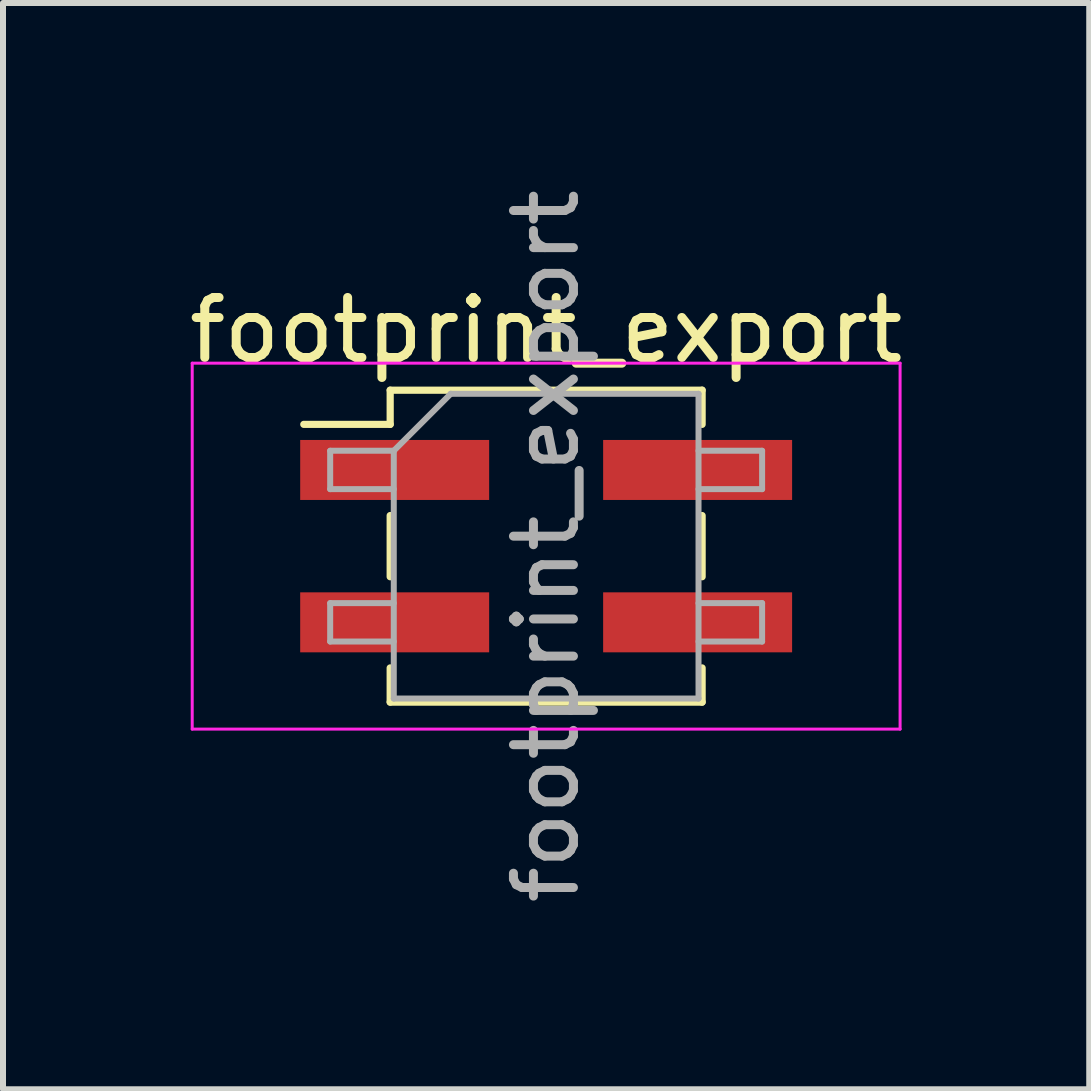
<source format=kicad_pcb>
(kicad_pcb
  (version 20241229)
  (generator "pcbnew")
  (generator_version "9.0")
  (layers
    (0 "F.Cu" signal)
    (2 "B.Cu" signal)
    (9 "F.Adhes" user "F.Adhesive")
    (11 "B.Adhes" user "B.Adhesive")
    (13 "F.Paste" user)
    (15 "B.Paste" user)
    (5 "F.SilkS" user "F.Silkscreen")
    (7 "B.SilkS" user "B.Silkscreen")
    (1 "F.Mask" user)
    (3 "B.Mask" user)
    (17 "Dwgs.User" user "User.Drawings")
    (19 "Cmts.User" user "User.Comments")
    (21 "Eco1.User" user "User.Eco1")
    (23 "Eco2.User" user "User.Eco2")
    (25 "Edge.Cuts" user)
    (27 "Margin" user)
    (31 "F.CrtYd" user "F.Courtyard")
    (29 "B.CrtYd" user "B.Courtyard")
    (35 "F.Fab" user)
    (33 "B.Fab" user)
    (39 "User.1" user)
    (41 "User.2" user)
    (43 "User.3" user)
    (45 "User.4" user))
  (footprint "footprint_export"
    (layer "F.Cu")
    (at 6.054 6.054)
    (property "Reference" "footprint_export" (at 0 -3.6 0) (layer "F.SilkS") (effects (font (size 1 1) (thickness 0.15))))
    (attr smd)
    (fp_line (start -4.04 -2.03) (end -2.6 -2.03) (stroke (width 0.12) (type solid)) (layer "F.SilkS"))
    (fp_line (start -2.6 -2.6) (end -2.6 -2.03) (stroke (width 0.12) (type solid)) (layer "F.SilkS"))
    (fp_line (start -2.6 -2.6) (end 2.6 -2.6) (stroke (width 0.12) (type solid)) (layer "F.SilkS"))
    (fp_line (start -2.6 -0.51) (end -2.6 0.51) (stroke (width 0.12) (type solid)) (layer "F.SilkS"))
    (fp_line (start -2.6 2.03) (end -2.6 2.6) (stroke (width 0.12) (type solid)) (layer "F.SilkS"))
    (fp_line (start -2.6 2.6) (end 2.6 2.6) (stroke (width 0.12) (type solid)) (layer "F.SilkS"))
    (fp_line (start 2.6 -2.6) (end 2.6 -2.03) (stroke (width 0.12) (type solid)) (layer "F.SilkS"))
    (fp_line (start 2.6 -0.51) (end 2.6 0.51) (stroke (width 0.12) (type solid)) (layer "F.SilkS"))
    (fp_line (start 2.6 2.03) (end 2.6 2.6) (stroke (width 0.12) (type solid)) (layer "F.SilkS"))
    (fp_line (start -5.9 -3.05) (end -5.9 3.05) (stroke (width 0.05) (type solid)) (layer "F.CrtYd"))
    (fp_line (start -5.9 3.05) (end 5.9 3.05) (stroke (width 0.05) (type solid)) (layer "F.CrtYd"))
    (fp_line (start 5.9 -3.05) (end -5.9 -3.05) (stroke (width 0.05) (type solid)) (layer "F.CrtYd"))
    (fp_line (start 5.9 3.05) (end 5.9 -3.05) (stroke (width 0.05) (type solid)) (layer "F.CrtYd"))
    (fp_line (start -3.6 -1.59) (end -3.6 -0.95) (stroke (width 0.1) (type solid)) (layer "F.Fab"))
    (fp_line (start -3.6 -0.95) (end -2.54 -0.95) (stroke (width 0.1) (type solid)) (layer "F.Fab"))
    (fp_line (start -3.6 0.95) (end -3.6 1.59) (stroke (width 0.1) (type solid)) (layer "F.Fab"))
    (fp_line (start -3.6 1.59) (end -2.54 1.59) (stroke (width 0.1) (type solid)) (layer "F.Fab"))
    (fp_line (start -2.54 -1.59) (end -3.6 -1.59) (stroke (width 0.1) (type solid)) (layer "F.Fab"))
    (fp_line (start -2.54 -1.59) (end -1.59 -2.54) (stroke (width 0.1) (type solid)) (layer "F.Fab"))
    (fp_line (start -2.54 0.95) (end -3.6 0.95) (stroke (width 0.1) (type solid)) (layer "F.Fab"))
    (fp_line (start -2.54 2.54) (end -2.54 -1.59) (stroke (width 0.1) (type solid)) (layer "F.Fab"))
    (fp_line (start -1.59 -2.54) (end 2.54 -2.54) (stroke (width 0.1) (type solid)) (layer "F.Fab"))
    (fp_line (start 2.54 -2.54) (end 2.54 2.54) (stroke (width 0.1) (type solid)) (layer "F.Fab"))
    (fp_line (start 2.54 -1.59) (end 3.6 -1.59) (stroke (width 0.1) (type solid)) (layer "F.Fab"))
    (fp_line (start 2.54 0.95) (end 3.6 0.95) (stroke (width 0.1) (type solid)) (layer "F.Fab"))
    (fp_line (start 2.54 2.54) (end -2.54 2.54) (stroke (width 0.1) (type solid)) (layer "F.Fab"))
    (fp_line (start 3.6 -1.59) (end 3.6 -0.95) (stroke (width 0.1) (type solid)) (layer "F.Fab"))
    (fp_line (start 3.6 -0.95) (end 2.54 -0.95) (stroke (width 0.1) (type solid)) (layer "F.Fab"))
    (fp_line (start 3.6 0.95) (end 3.6 1.59) (stroke (width 0.1) (type solid)) (layer "F.Fab"))
    (fp_line (start 3.6 1.59) (end 2.54 1.59) (stroke (width 0.1) (type solid)) (layer "F.Fab"))
    (fp_text user "${REFERENCE}" (at 0 0 90) (layer "F.Fab") (effects (font (size 1 1) (thickness 0.15))))
    (pad "1" smd rect (at -2.525 -1.27) (size 3.15 1) (layers "F.Cu" "F.Mask" "F.Paste"))
    (pad "2" smd rect (at 2.525 -1.27) (size 3.15 1) (layers "F.Cu" "F.Mask" "F.Paste"))
    (pad "3" smd rect (at -2.525 1.27) (size 3.15 1) (layers "F.Cu" "F.Mask" "F.Paste"))
    (pad "4" smd rect (at 2.525 1.27) (size 3.15 1) (layers "F.Cu" "F.Mask" "F.Paste")))
  (gr_rect
    (start -3 -3)
    (end 15.107 15.107)
    (stroke (width 0.1) (type default))
    (fill no)
    (layer "Edge.Cuts")))
</source>
